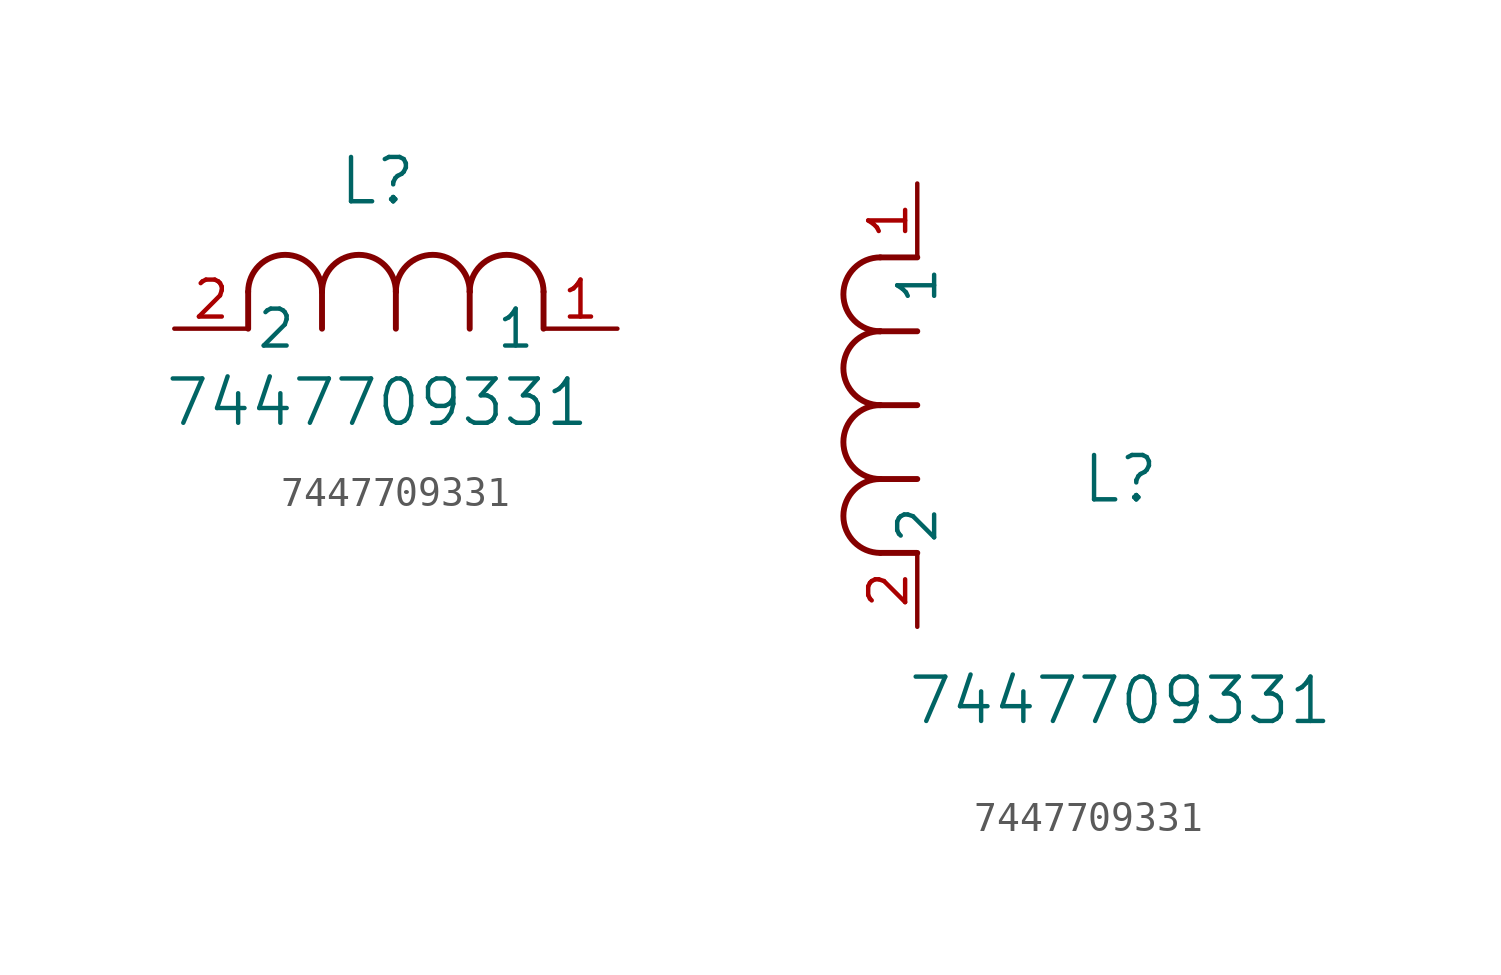
<source format=kicad_sym>
(kicad_symbol_lib
  (version 20211014)
  (generator kicad_symbol_editor)
  (symbol "7447709331"
    (pin_names
      (offset 0.254))
    (property "Reference" "L"
      (at 6.985 5.08 0)
      (effects (font (size 1.524 1.524))))
    (property "Value" "7447709331"
      (at 6.985 -2.54 0)
      (effects (font (size 1.524 1.524))))
    (symbol "7447709331_1_1"
      (arc (start 7.62 1.27) (mid 6.35 2.54) (end 5.08 1.27) (stroke (width 0.2032) (type default) (color 0 0 0 0)) (fill (type none)))
      (polyline (pts (xy 5.08 0) (xy 5.08 1.27)) (stroke (width 0.203) (type default) (color 0 0 0 0)) (fill (type none)))
      (polyline (pts (xy 7.62 0) (xy 7.62 1.27)) (stroke (width 0.203) (type default) (color 0 0 0 0)) (fill (type none)))
      (polyline (pts (xy 12.7 0) (xy 12.7 1.27)) (stroke (width 0.203) (type default) (color 0 0 0 0)) (fill (type none)))
      (arc (start 5.08 1.27) (mid 3.81 2.54) (end 2.54 1.27) (stroke (width 0.2032) (type default) (color 0 0 0 0)) (fill (type none)))
      (arc (start 10.16 1.27) (mid 8.89 2.54) (end 7.62 1.27) (stroke (width 0.2032) (type default) (color 0 0 0 0)) (fill (type none)))
      (arc (start 12.7 1.27) (mid 11.43 2.54) (end 10.16 1.27) (stroke (width 0.2032) (type default) (color 0 0 0 0)) (fill (type none)))
      (polyline (pts (xy 2.54 0) (xy 2.54 1.27)) (stroke (width 0.203) (type default) (color 0 0 0 0)) (fill (type none)))
      (polyline (pts (xy 10.16 0) (xy 10.16 1.27)) (stroke (width 0.203) (type default) (color 0 0 0 0)) (fill (type none)))
      (pin unspecified line (at 0 0 0) (length 2.54) (name "2" (effects (font (size 1.27 1.27)))) (number "2" (effects (font (size 1.27 1.27)))))
      (pin unspecified line (at 15.24 0 180) (length 2.54) (name "1" (effects (font (size 1.27 1.27)))) (number "1" (effects (font (size 1.27 1.27))))))
    (symbol "7447709331_1_2"
      (arc (start -1.27 7.62) (mid -2.54 6.35) (end -1.27 5.08) (stroke (width 0.2032) (type default) (color 0 0 0 0)) (fill (type none)))
      (arc (start -1.27 5.08) (mid -2.54 3.81) (end -1.27 2.54) (stroke (width 0.2032) (type default) (color 0 0 0 0)) (fill (type none)))
      (arc (start -1.27 12.7) (mid -2.54 11.43) (end -1.27 10.16) (stroke (width 0.2032) (type default) (color 0 0 0 0)) (fill (type none)))
      (arc (start -1.27 10.16) (mid -2.54 8.89) (end -1.27 7.62) (stroke (width 0.2032) (type default) (color 0 0 0 0)) (fill (type none)))
      (polyline (pts (xy 0 7.62) (xy -1.27 7.62)) (stroke (width 0.203) (type default) (color 0 0 0 0)) (fill (type none)))
      (polyline (pts (xy 0 5.08) (xy -1.27 5.08)) (stroke (width 0.203) (type default) (color 0 0 0 0)) (fill (type none)))
      (polyline (pts (xy 0 12.7) (xy -1.27 12.7)) (stroke (width 0.203) (type default) (color 0 0 0 0)) (fill (type none)))
      (polyline (pts (xy 0 2.54) (xy -1.27 2.54)) (stroke (width 0.203) (type default) (color 0 0 0 0)) (fill (type none)))
      (polyline (pts (xy 0 10.16) (xy -1.27 10.16)) (stroke (width 0.203) (type default) (color 0 0 0 0)) (fill (type none)))
      (pin unspecified line (at 0 0 90) (length 2.54) (name "2" (effects (font (size 1.27 1.27)))) (number "2" (effects (font (size 1.27 1.27)))))
      (pin unspecified line (at 0 15.24 270) (length 2.54) (name "1" (effects (font (size 1.27 1.27)))) (number "1" (effects (font (size 1.27 1.27))))))))
</source>
